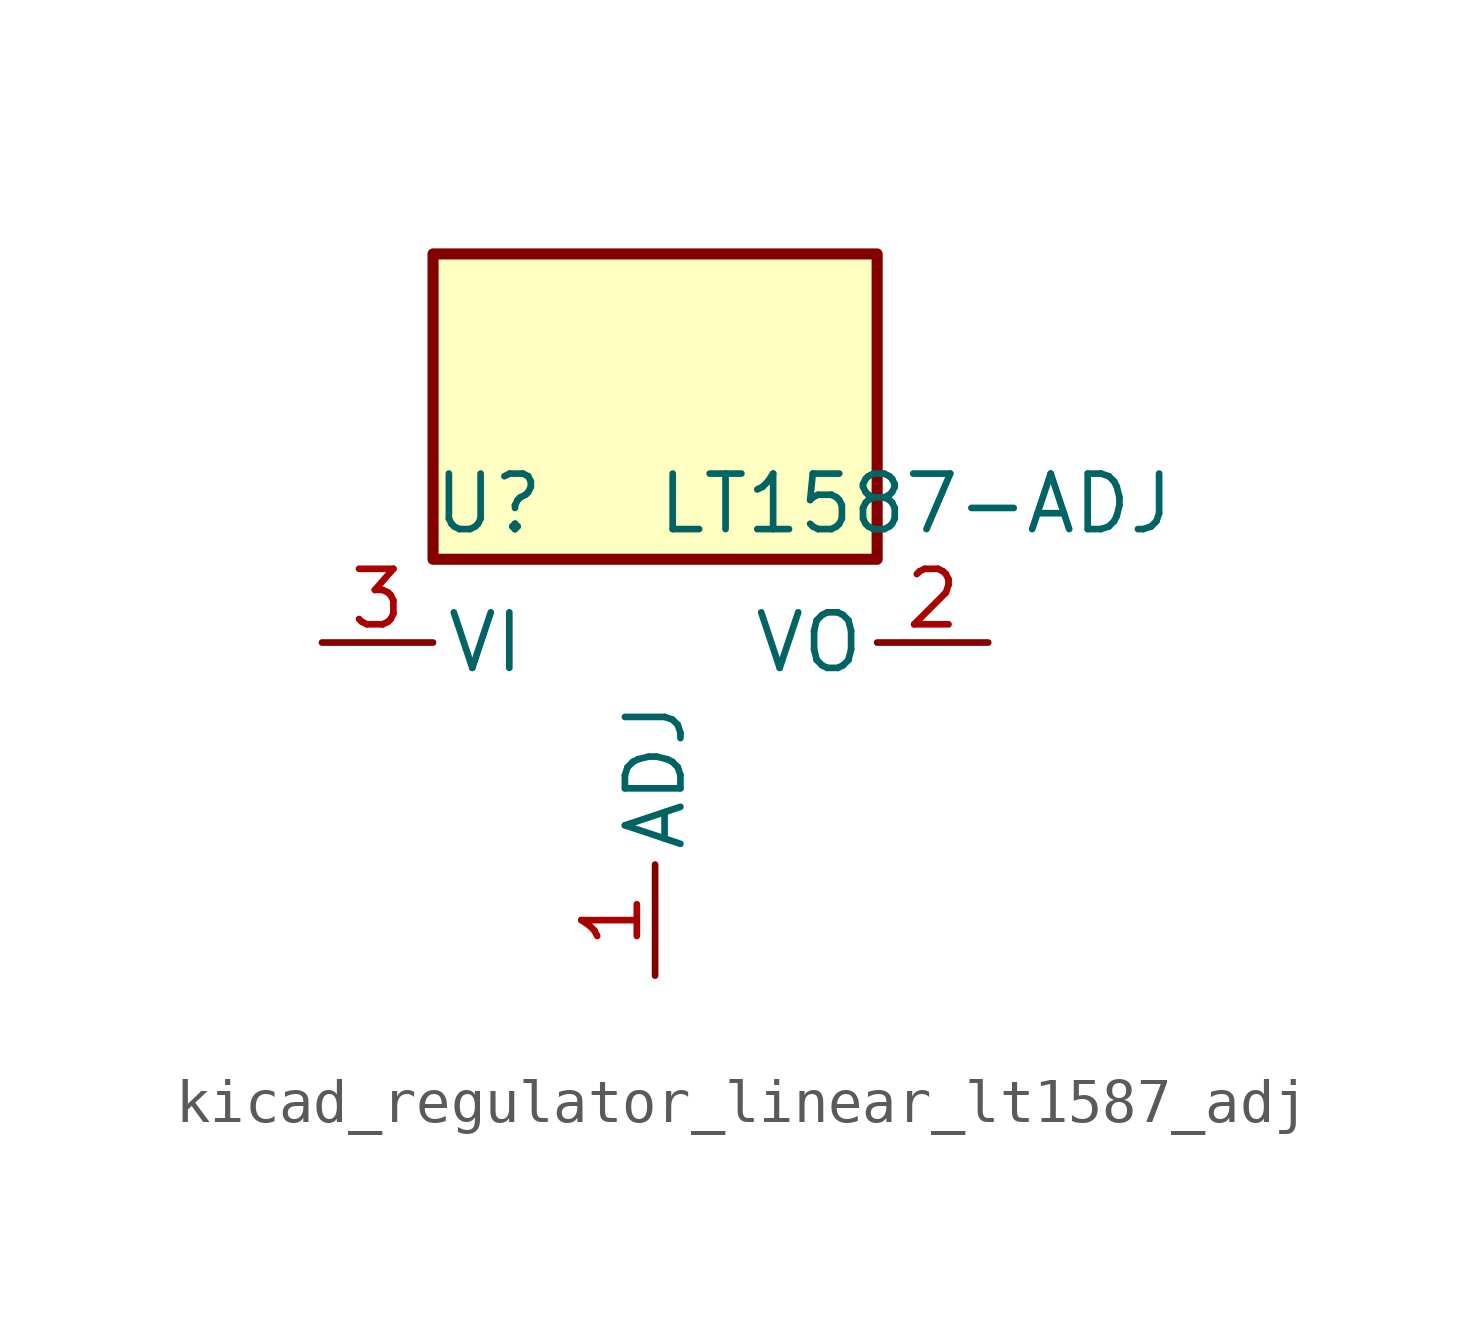
<source format=kicad_sym>
(kicad_symbol_lib
  (version 20220914)
  (generator kicad_symbol_editor)
  (symbol "kicad_regulator_linear_lt1587_adj"
    (pin_names
      (offset 0.254))
    (property "Reference" "U"
      (at -3.81 3.175 0)
      (effects (font (size 1.27 1.27))))
    (property "Value" "LT1587-ADJ"
      (at 0 3.175 0)
      (effects (font (size 1.27 1.27)) (justify left)))
    (symbol "kicad_regulator_linear_lt1587_adj_0_1"
      (rectangle (start 5.08 8.89) (end -5.08 1.905) (stroke (width 0.254) (type default)) (fill (type background))))
    (symbol "kicad_regulator_linear_lt1587_adj_1_1"
      (pin input line (at 0 -7.62 90) (length 2.54) (name "ADJ" (effects (font (size 1.27 1.27)))) (number "1" (effects (font (size 1.27 1.27)))))
      (pin power_out line (at 7.62 0 180) (length 2.54) (name "VO" (effects (font (size 1.27 1.27)))) (number "2" (effects (font (size 1.27 1.27)))))
      (pin power_in line (at -7.62 0 0) (length 2.54) (name "VI" (effects (font (size 1.27 1.27)))) (number "3" (effects (font (size 1.27 1.27))))))))
</source>
